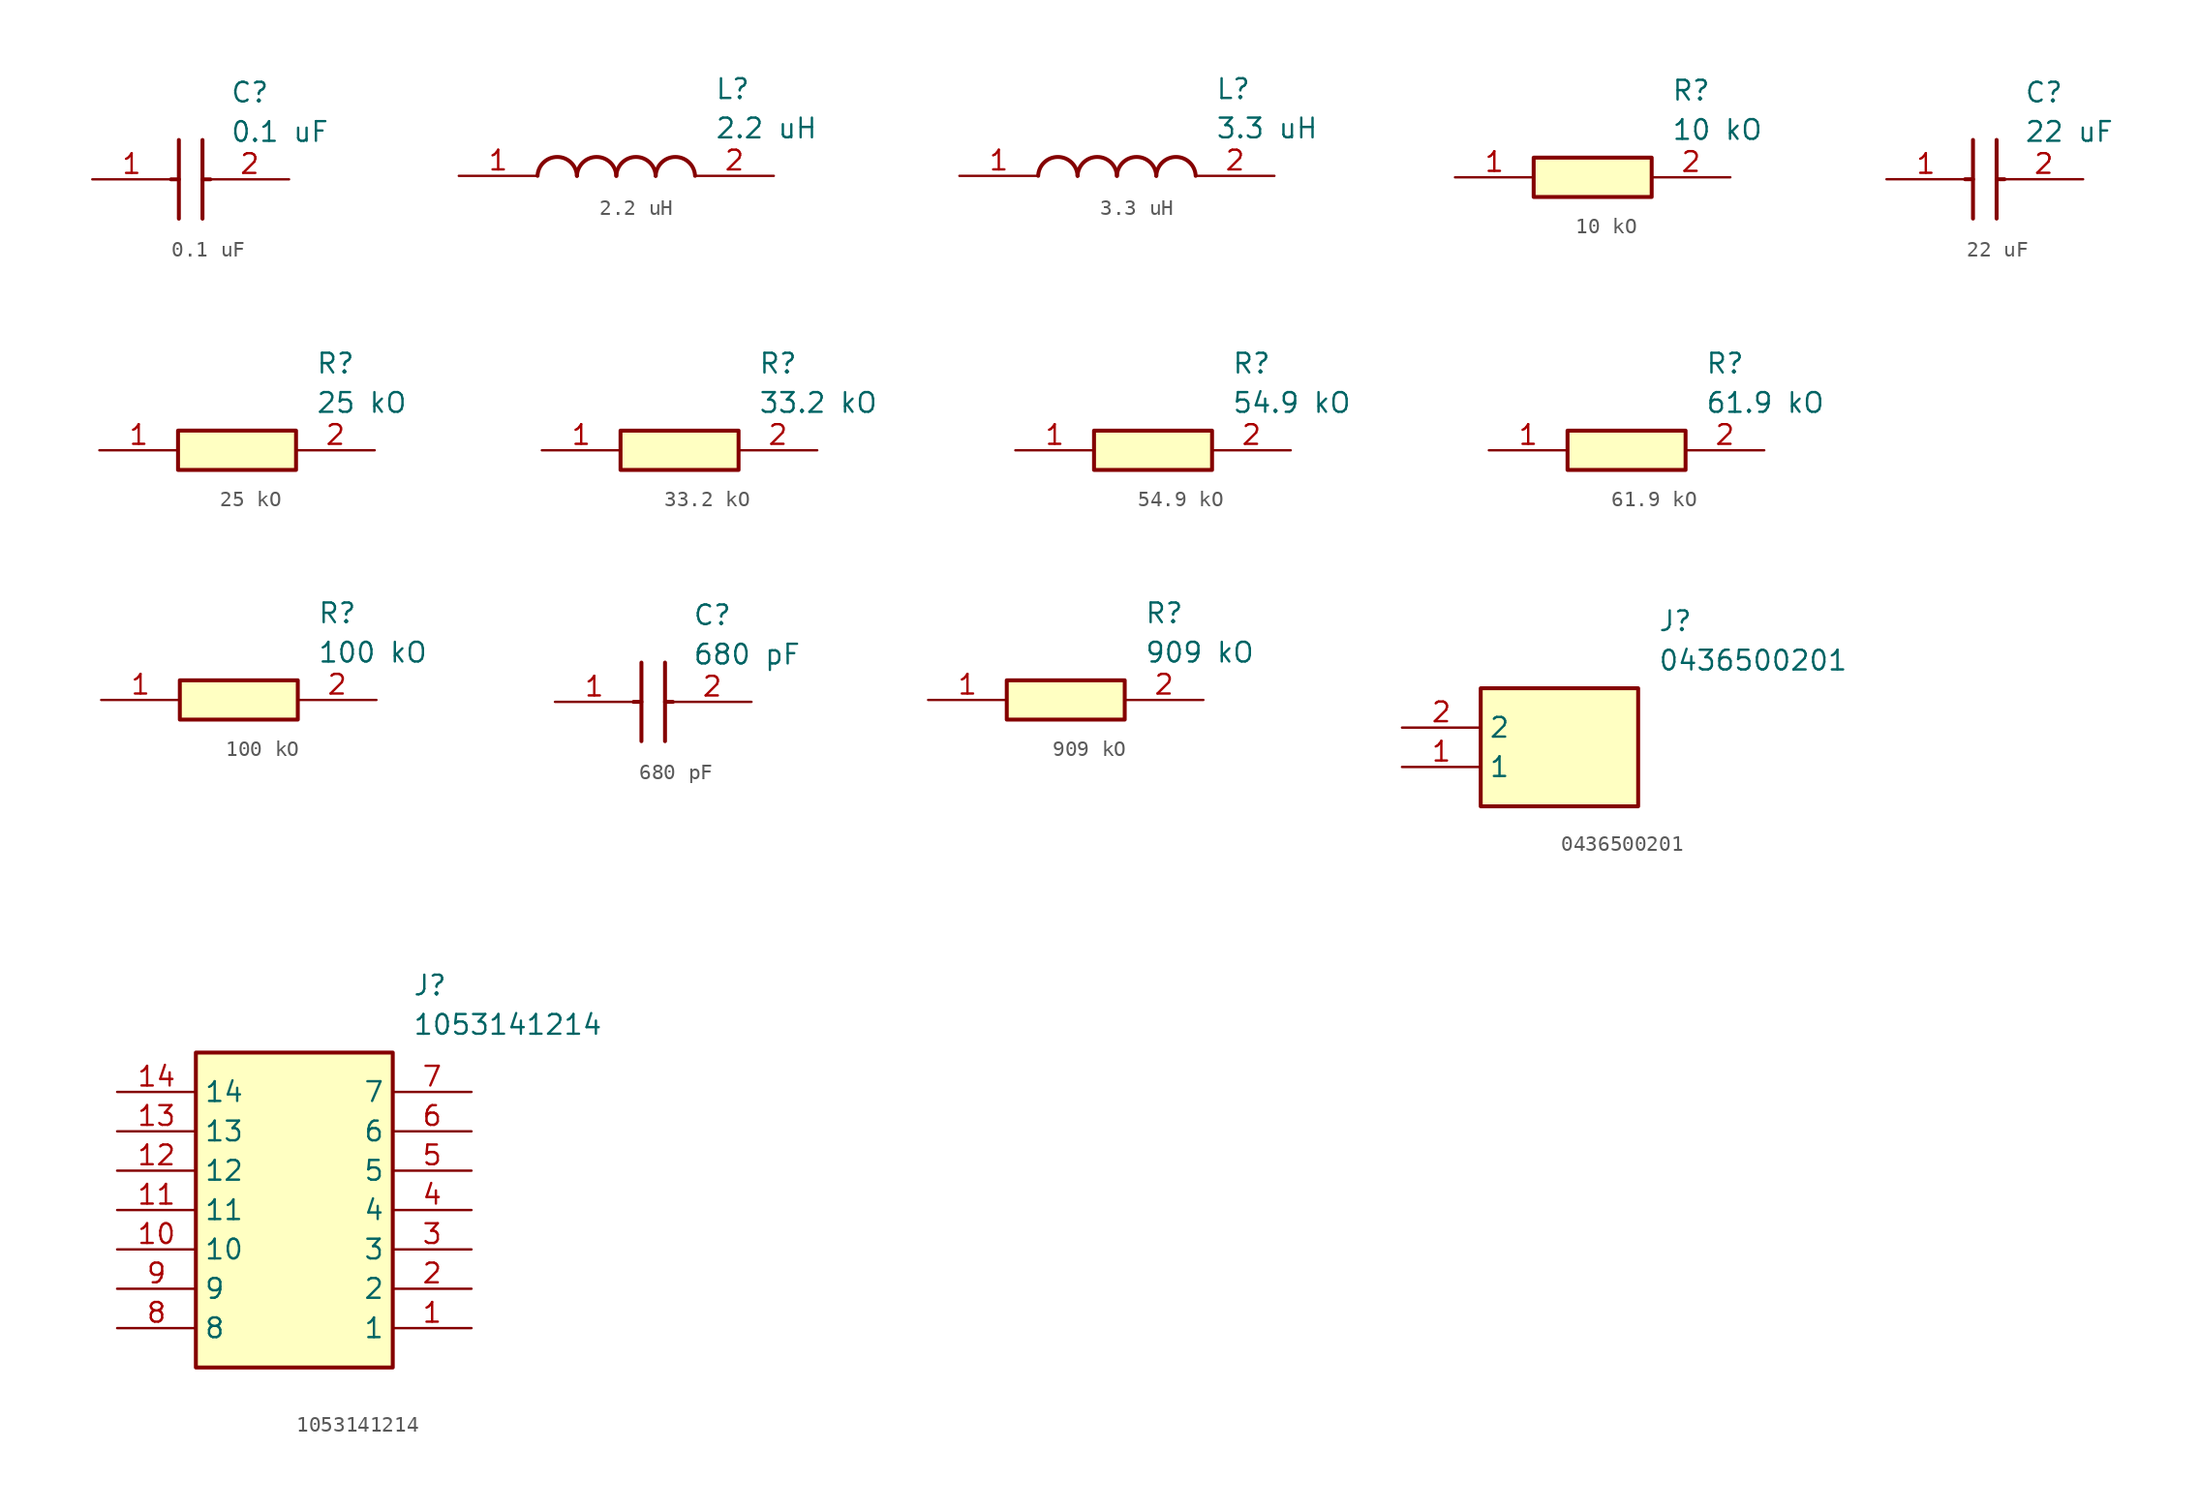
<source format=kicad_sym>
(kicad_symbol_lib
  (version 20220914)
  (generator kicad_symbol_editor)
  (symbol "0.1 uF"
    (pin_names hide)
    (property "Reference" "C"
      (at 8.89 6.35 0)
      (effects (font (size 1.27 1.27)) (justify left top)))
    (property "Value" "0.1 uF"
      (at 8.89 3.81 0)
      (effects (font (size 1.27 1.27)) (justify left top)))
    (symbol "0.1 uF_1_1"
      (polyline (pts (xy 5.08 0) (xy 5.588 0)) (stroke (width 0.254) (type default)) (fill (type none)))
      (polyline (pts (xy 5.588 2.54) (xy 5.588 -2.54)) (stroke (width 0.254) (type default)) (fill (type none)))
      (polyline (pts (xy 7.112 0) (xy 7.62 0)) (stroke (width 0.254) (type default)) (fill (type none)))
      (polyline (pts (xy 7.112 2.54) (xy 7.112 -2.54)) (stroke (width 0.254) (type default)) (fill (type none)))
      (pin passive line (at 0 0 0) (length 5.08) (name "1" (effects (font (size 1.27 1.27)))) (number "1" (effects (font (size 1.27 1.27)))))
      (pin passive line (at 12.7 0 180) (length 5.08) (name "2" (effects (font (size 1.27 1.27)))) (number "2" (effects (font (size 1.27 1.27)))))))
  (symbol "2.2 uH"
    (pin_names hide)
    (property "Reference" "L"
      (at 16.51 6.35 0)
      (effects (font (size 1.27 1.27)) (justify left top)))
    (property "Value" "2.2 uH"
      (at 16.51 3.81 0)
      (effects (font (size 1.27 1.27)) (justify left top)))
    (symbol "2.2 uH_1_1"
      (arc (start 7.62 0) (mid 6.35 1.219) (end 5.08 0) (stroke (width 0.254) (type default)) (fill (type none)))
      (arc (start 10.16 0) (mid 8.89 1.219) (end 7.62 0) (stroke (width 0.254) (type default)) (fill (type none)))
      (arc (start 12.7 0) (mid 11.43 1.219) (end 10.16 0) (stroke (width 0.254) (type default)) (fill (type none)))
      (arc (start 15.24 0) (mid 13.97 1.219) (end 12.7 0) (stroke (width 0.254) (type default)) (fill (type none)))
      (pin passive line (at 0 0 0) (length 5.08) (name "1" (effects (font (size 1.27 1.27)))) (number "1" (effects (font (size 1.27 1.27)))))
      (pin passive line (at 20.32 0 180) (length 5.08) (name "2" (effects (font (size 1.27 1.27)))) (number "2" (effects (font (size 1.27 1.27)))))))
  (symbol "3.3 uH"
    (pin_names hide)
    (property "Reference" "L"
      (at 16.51 6.35 0)
      (effects (font (size 1.27 1.27)) (justify left top)))
    (property "Value" "3.3 uH"
      (at 16.51 3.81 0)
      (effects (font (size 1.27 1.27)) (justify left top)))
    (symbol "3.3 uH_1_1"
      (arc (start 7.62 0) (mid 6.35 1.219) (end 5.08 0) (stroke (width 0.254) (type default)) (fill (type none)))
      (arc (start 10.16 0) (mid 8.89 1.219) (end 7.62 0) (stroke (width 0.254) (type default)) (fill (type none)))
      (arc (start 12.7 0) (mid 11.43 1.219) (end 10.16 0) (stroke (width 0.254) (type default)) (fill (type none)))
      (arc (start 15.24 0) (mid 13.97 1.219) (end 12.7 0) (stroke (width 0.254) (type default)) (fill (type none)))
      (pin passive line (at 0 0 0) (length 5.08) (name "1" (effects (font (size 1.27 1.27)))) (number "1" (effects (font (size 1.27 1.27)))))
      (pin passive line (at 20.32 0 180) (length 5.08) (name "2" (effects (font (size 1.27 1.27)))) (number "2" (effects (font (size 1.27 1.27)))))))
  (symbol "10 kO"
    (pin_names hide)
    (property "Reference" "R"
      (at 13.97 6.35 0)
      (effects (font (size 1.27 1.27)) (justify left top)))
    (property "Value" "10 kO"
      (at 13.97 3.81 0)
      (effects (font (size 1.27 1.27)) (justify left top)))
    (symbol "10 kO_1_1"
      (rectangle (start 5.08 1.27) (end 12.7 -1.27) (stroke (width 0.254) (type default)) (fill (type background)))
      (pin passive line (at 0 0 0) (length 5.08) (name "1" (effects (font (size 1.27 1.27)))) (number "1" (effects (font (size 1.27 1.27)))))
      (pin passive line (at 17.78 0 180) (length 5.08) (name "2" (effects (font (size 1.27 1.27)))) (number "2" (effects (font (size 1.27 1.27)))))))
  (symbol "22 uF"
    (pin_names hide)
    (property "Reference" "C"
      (at 8.89 6.35 0)
      (effects (font (size 1.27 1.27)) (justify left top)))
    (property "Value" "22 uF"
      (at 8.89 3.81 0)
      (effects (font (size 1.27 1.27)) (justify left top)))
    (symbol "22 uF_1_1"
      (polyline (pts (xy 5.08 0) (xy 5.588 0)) (stroke (width 0.254) (type default)) (fill (type none)))
      (polyline (pts (xy 5.588 2.54) (xy 5.588 -2.54)) (stroke (width 0.254) (type default)) (fill (type none)))
      (polyline (pts (xy 7.112 0) (xy 7.62 0)) (stroke (width 0.254) (type default)) (fill (type none)))
      (polyline (pts (xy 7.112 2.54) (xy 7.112 -2.54)) (stroke (width 0.254) (type default)) (fill (type none)))
      (pin passive line (at 0 0 0) (length 5.08) (name "1" (effects (font (size 1.27 1.27)))) (number "1" (effects (font (size 1.27 1.27)))))
      (pin passive line (at 12.7 0 180) (length 5.08) (name "2" (effects (font (size 1.27 1.27)))) (number "2" (effects (font (size 1.27 1.27)))))))
  (symbol "25 kO"
    (pin_names hide)
    (property "Reference" "R"
      (at 13.97 6.35 0)
      (effects (font (size 1.27 1.27)) (justify left top)))
    (property "Value" "25 kO"
      (at 13.97 3.81 0)
      (effects (font (size 1.27 1.27)) (justify left top)))
    (symbol "25 kO_1_1"
      (rectangle (start 5.08 1.27) (end 12.7 -1.27) (stroke (width 0.254) (type default)) (fill (type background)))
      (pin passive line (at 0 0 0) (length 5.08) (name "1" (effects (font (size 1.27 1.27)))) (number "1" (effects (font (size 1.27 1.27)))))
      (pin passive line (at 17.78 0 180) (length 5.08) (name "2" (effects (font (size 1.27 1.27)))) (number "2" (effects (font (size 1.27 1.27)))))))
  (symbol "33.2 kO"
    (pin_names hide)
    (property "Reference" "R"
      (at 13.97 6.35 0)
      (effects (font (size 1.27 1.27)) (justify left top)))
    (property "Value" "33.2 kO"
      (at 13.97 3.81 0)
      (effects (font (size 1.27 1.27)) (justify left top)))
    (symbol "33.2 kO_1_1"
      (rectangle (start 5.08 1.27) (end 12.7 -1.27) (stroke (width 0.254) (type default)) (fill (type background)))
      (pin passive line (at 0 0 0) (length 5.08) (name "1" (effects (font (size 1.27 1.27)))) (number "1" (effects (font (size 1.27 1.27)))))
      (pin passive line (at 17.78 0 180) (length 5.08) (name "2" (effects (font (size 1.27 1.27)))) (number "2" (effects (font (size 1.27 1.27)))))))
  (symbol "54.9 kO"
    (pin_names hide)
    (property "Reference" "R"
      (at 13.97 6.35 0)
      (effects (font (size 1.27 1.27)) (justify left top)))
    (property "Value" "54.9 kO"
      (at 13.97 3.81 0)
      (effects (font (size 1.27 1.27)) (justify left top)))
    (symbol "54.9 kO_1_1"
      (rectangle (start 5.08 1.27) (end 12.7 -1.27) (stroke (width 0.254) (type default)) (fill (type background)))
      (pin passive line (at 0 0 0) (length 5.08) (name "1" (effects (font (size 1.27 1.27)))) (number "1" (effects (font (size 1.27 1.27)))))
      (pin passive line (at 17.78 0 180) (length 5.08) (name "2" (effects (font (size 1.27 1.27)))) (number "2" (effects (font (size 1.27 1.27)))))))
  (symbol "61.9 kO"
    (pin_names hide)
    (property "Reference" "R"
      (at 13.97 6.35 0)
      (effects (font (size 1.27 1.27)) (justify left top)))
    (property "Value" "61.9 kO"
      (at 13.97 3.81 0)
      (effects (font (size 1.27 1.27)) (justify left top)))
    (symbol "61.9 kO_1_1"
      (rectangle (start 5.08 1.27) (end 12.7 -1.27) (stroke (width 0.254) (type default)) (fill (type background)))
      (pin passive line (at 0 0 0) (length 5.08) (name "1" (effects (font (size 1.27 1.27)))) (number "1" (effects (font (size 1.27 1.27)))))
      (pin passive line (at 17.78 0 180) (length 5.08) (name "2" (effects (font (size 1.27 1.27)))) (number "2" (effects (font (size 1.27 1.27)))))))
  (symbol "100 kO"
    (pin_names hide)
    (property "Reference" "R"
      (at 13.97 6.35 0)
      (effects (font (size 1.27 1.27)) (justify left top)))
    (property "Value" "100 kO"
      (at 13.97 3.81 0)
      (effects (font (size 1.27 1.27)) (justify left top)))
    (symbol "100 kO_1_1"
      (rectangle (start 5.08 1.27) (end 12.7 -1.27) (stroke (width 0.254) (type default)) (fill (type background)))
      (pin passive line (at 0 0 0) (length 5.08) (name "1" (effects (font (size 1.27 1.27)))) (number "1" (effects (font (size 1.27 1.27)))))
      (pin passive line (at 17.78 0 180) (length 5.08) (name "2" (effects (font (size 1.27 1.27)))) (number "2" (effects (font (size 1.27 1.27)))))))
  (symbol "680 pF"
    (pin_names hide)
    (property "Reference" "C"
      (at 8.89 6.35 0)
      (effects (font (size 1.27 1.27)) (justify left top)))
    (property "Value" "680 pF"
      (at 8.89 3.81 0)
      (effects (font (size 1.27 1.27)) (justify left top)))
    (symbol "680 pF_1_1"
      (polyline (pts (xy 5.08 0) (xy 5.588 0)) (stroke (width 0.254) (type default)) (fill (type none)))
      (polyline (pts (xy 5.588 2.54) (xy 5.588 -2.54)) (stroke (width 0.254) (type default)) (fill (type none)))
      (polyline (pts (xy 7.112 0) (xy 7.62 0)) (stroke (width 0.254) (type default)) (fill (type none)))
      (polyline (pts (xy 7.112 2.54) (xy 7.112 -2.54)) (stroke (width 0.254) (type default)) (fill (type none)))
      (pin passive line (at 0 0 0) (length 5.08) (name "1" (effects (font (size 1.27 1.27)))) (number "1" (effects (font (size 1.27 1.27)))))
      (pin passive line (at 12.7 0 180) (length 5.08) (name "2" (effects (font (size 1.27 1.27)))) (number "2" (effects (font (size 1.27 1.27)))))))
  (symbol "909 kO"
    (pin_names hide)
    (property "Reference" "R"
      (at 13.97 6.35 0)
      (effects (font (size 1.27 1.27)) (justify left top)))
    (property "Value" "909 kO"
      (at 13.97 3.81 0)
      (effects (font (size 1.27 1.27)) (justify left top)))
    (symbol "909 kO_1_1"
      (rectangle (start 5.08 1.27) (end 12.7 -1.27) (stroke (width 0.254) (type default)) (fill (type background)))
      (pin passive line (at 0 0 0) (length 5.08) (name "1" (effects (font (size 1.27 1.27)))) (number "1" (effects (font (size 1.27 1.27)))))
      (pin passive line (at 17.78 0 180) (length 5.08) (name "2" (effects (font (size 1.27 1.27)))) (number "2" (effects (font (size 1.27 1.27)))))))
  (symbol "0436500201"
    (property "Reference" "J"
      (at 16.51 7.62 0)
      (effects (font (size 1.27 1.27)) (justify left top)))
    (property "Value" "0436500201"
      (at 16.51 5.08 0)
      (effects (font (size 1.27 1.27)) (justify left top)))
    (symbol "0436500201_1_1"
      (rectangle (start 5.08 2.54) (end 15.24 -5.08) (stroke (width 0.254) (type default)) (fill (type background)))
      (pin passive line (at 0 -2.54 0) (length 5.08) (name "1" (effects (font (size 1.27 1.27)))) (number "1" (effects (font (size 1.27 1.27)))))
      (pin passive line (at 0 0 0) (length 5.08) (name "2" (effects (font (size 1.27 1.27)))) (number "2" (effects (font (size 1.27 1.27)))))))
  (symbol "1053141214"
    (property "Reference" "J"
      (at 19.05 7.62 0)
      (effects (font (size 1.27 1.27)) (justify left top)))
    (property "Value" "1053141214"
      (at 19.05 5.08 0)
      (effects (font (size 1.27 1.27)) (justify left top)))
    (symbol "1053141214_1_1"
      (rectangle (start 5.08 2.54) (end 17.78 -17.78) (stroke (width 0.254) (type default)) (fill (type background)))
      (pin passive line (at 22.86 -15.24 180) (length 5.08) (name "1" (effects (font (size 1.27 1.27)))) (number "1" (effects (font (size 1.27 1.27)))))
      (pin passive line (at 0 -10.16 0) (length 5.08) (name "10" (effects (font (size 1.27 1.27)))) (number "10" (effects (font (size 1.27 1.27)))))
      (pin passive line (at 0 -7.62 0) (length 5.08) (name "11" (effects (font (size 1.27 1.27)))) (number "11" (effects (font (size 1.27 1.27)))))
      (pin passive line (at 0 -5.08 0) (length 5.08) (name "12" (effects (font (size 1.27 1.27)))) (number "12" (effects (font (size 1.27 1.27)))))
      (pin passive line (at 0 -2.54 0) (length 5.08) (name "13" (effects (font (size 1.27 1.27)))) (number "13" (effects (font (size 1.27 1.27)))))
      (pin passive line (at 0 0 0) (length 5.08) (name "14" (effects (font (size 1.27 1.27)))) (number "14" (effects (font (size 1.27 1.27)))))
      (pin passive line (at 22.86 -12.7 180) (length 5.08) (name "2" (effects (font (size 1.27 1.27)))) (number "2" (effects (font (size 1.27 1.27)))))
      (pin passive line (at 22.86 -10.16 180) (length 5.08) (name "3" (effects (font (size 1.27 1.27)))) (number "3" (effects (font (size 1.27 1.27)))))
      (pin passive line (at 22.86 -7.62 180) (length 5.08) (name "4" (effects (font (size 1.27 1.27)))) (number "4" (effects (font (size 1.27 1.27)))))
      (pin passive line (at 22.86 -5.08 180) (length 5.08) (name "5" (effects (font (size 1.27 1.27)))) (number "5" (effects (font (size 1.27 1.27)))))
      (pin passive line (at 22.86 -2.54 180) (length 5.08) (name "6" (effects (font (size 1.27 1.27)))) (number "6" (effects (font (size 1.27 1.27)))))
      (pin passive line (at 22.86 0 180) (length 5.08) (name "7" (effects (font (size 1.27 1.27)))) (number "7" (effects (font (size 1.27 1.27)))))
      (pin passive line (at 0 -15.24 0) (length 5.08) (name "8" (effects (font (size 1.27 1.27)))) (number "8" (effects (font (size 1.27 1.27)))))
      (pin passive line (at 0 -12.7 0) (length 5.08) (name "9" (effects (font (size 1.27 1.27)))) (number "9" (effects (font (size 1.27 1.27))))))))
</source>
